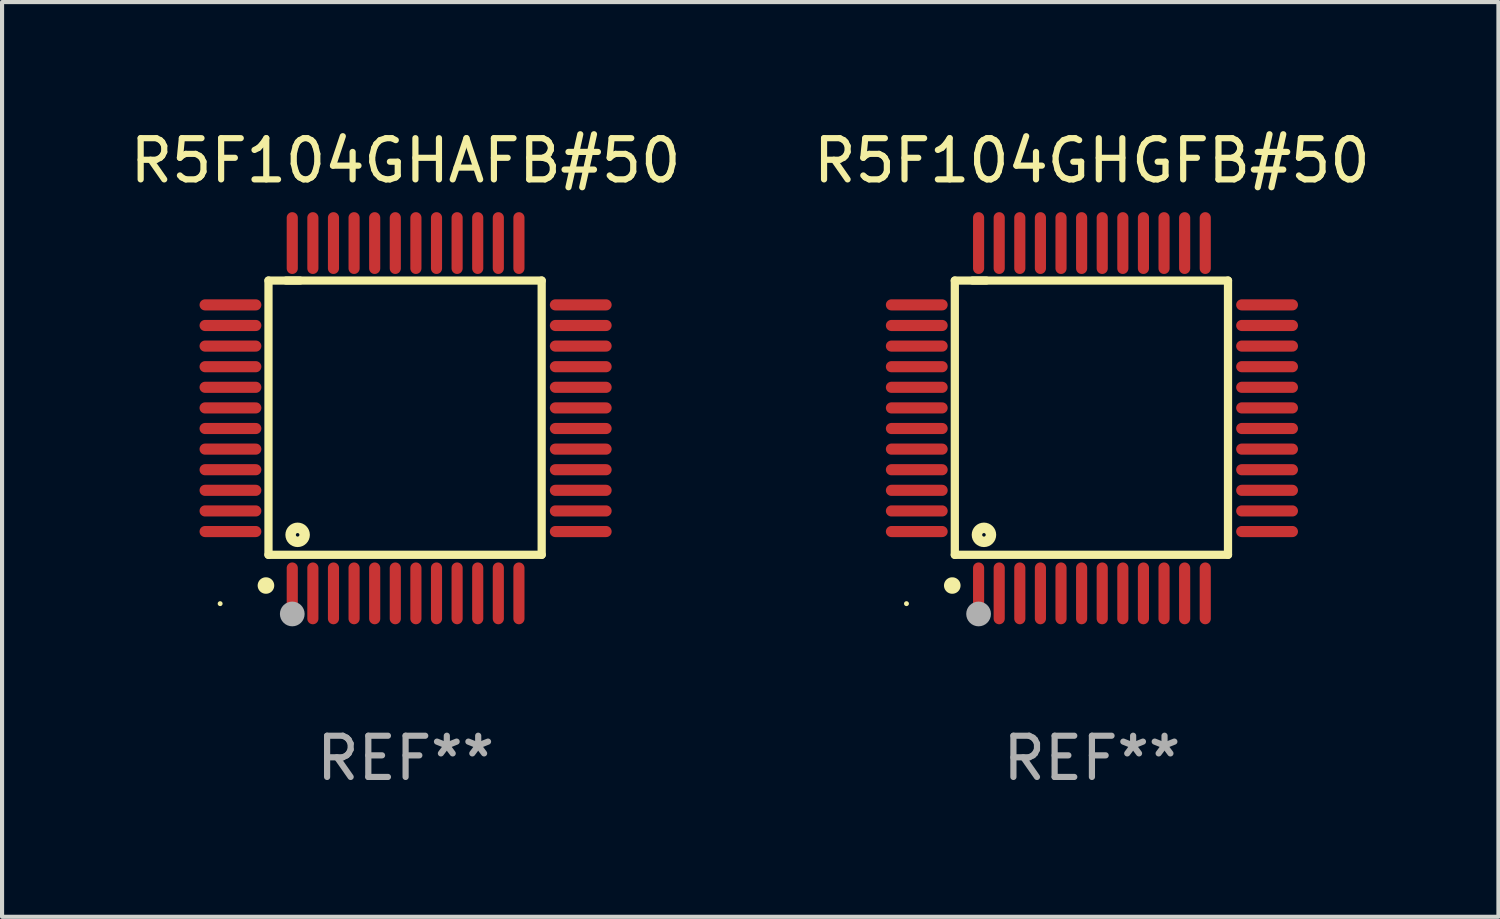
<source format=kicad_pcb>
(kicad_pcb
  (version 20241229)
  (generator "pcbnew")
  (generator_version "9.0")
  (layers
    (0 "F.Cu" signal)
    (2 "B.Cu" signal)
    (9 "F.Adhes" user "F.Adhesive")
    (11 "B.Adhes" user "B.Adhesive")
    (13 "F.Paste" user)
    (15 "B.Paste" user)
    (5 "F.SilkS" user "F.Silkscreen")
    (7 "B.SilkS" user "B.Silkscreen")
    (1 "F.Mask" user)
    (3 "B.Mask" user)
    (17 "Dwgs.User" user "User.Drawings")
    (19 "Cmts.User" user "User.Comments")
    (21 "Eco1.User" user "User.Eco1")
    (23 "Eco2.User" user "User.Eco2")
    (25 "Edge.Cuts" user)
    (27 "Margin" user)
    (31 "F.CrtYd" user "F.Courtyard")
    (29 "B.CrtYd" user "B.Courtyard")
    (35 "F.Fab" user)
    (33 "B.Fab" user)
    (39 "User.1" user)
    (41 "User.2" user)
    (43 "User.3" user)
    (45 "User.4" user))
  (footprint "R5F104GHAFB#50"
    (layer "F.Cu")
    (at 6.792 7.098)
    (property "Reference" "R5F104GHAFB#50" (at 0 -6.25 0) (layer "F.SilkS") (effects (font (size 1 1) (thickness 0.15))))
    (attr through_hole)
    (fp_line (start -3.327 -3.34) (end -2.565 -3.34) (stroke (width 0.2) (type solid)) (layer "F.SilkS"))
    (fp_line (start -3.327 3.315) (end -3.327 -3.34) (stroke (width 0.2) (type solid)) (layer "F.SilkS"))
    (fp_line (start -2.896 -3.34) (end 3.302 -3.34) (stroke (width 0.2) (type solid)) (layer "F.SilkS"))
    (fp_line (start 3.302 -3.34) (end 3.302 3.315) (stroke (width 0.2) (type solid)) (layer "F.SilkS"))
    (fp_line (start 3.302 3.315) (end -3.327 3.315) (stroke (width 0.2) (type solid)) (layer "F.SilkS"))
    (fp_arc (start -3.389992 4.059995) (mid -3.388722 4.059991) (end -3.387452 4.059995) (stroke (width 0.4) (type solid)) (layer "F.SilkS"))
    (fp_circle (center -4.5 4.5) (end -4.47 4.5) (stroke (width 0.06) (type solid)) (fill no) (layer "F.SilkS"))
    (fp_circle (center -2.62 2.83) (end -2.45 2.83) (stroke (width 0.254) (type solid)) (fill no) (layer "F.SilkS"))
    (fp_circle (center -2.75 4.75) (end -2.6 4.75) (stroke (width 0.3) (type solid)) (fill no) (layer "F.Fab"))
    (fp_text user "REF**" (at 0 8.25 0) (layer "F.Fab") (effects (font (size 1 1) (thickness 0.15))))
    (pad "1" smd oval (at -2.75 4.25) (size 0.27 1.5) (layers "F.Cu" "F.Mask" "F.Paste"))
    (pad "2" smd oval (at -2.25 4.25) (size 0.27 1.5) (layers "F.Cu" "F.Mask" "F.Paste"))
    (pad "3" smd oval (at -1.75 4.25) (size 0.27 1.5) (layers "F.Cu" "F.Mask" "F.Paste"))
    (pad "4" smd oval (at -1.25 4.25) (size 0.27 1.5) (layers "F.Cu" "F.Mask" "F.Paste"))
    (pad "5" smd oval (at -0.75 4.25) (size 0.27 1.5) (layers "F.Cu" "F.Mask" "F.Paste"))
    (pad "6" smd oval (at -0.25 4.25) (size 0.27 1.5) (layers "F.Cu" "F.Mask" "F.Paste"))
    (pad "7" smd oval (at 0.25 4.25) (size 0.27 1.5) (layers "F.Cu" "F.Mask" "F.Paste"))
    (pad "8" smd oval (at 0.75 4.25) (size 0.27 1.5) (layers "F.Cu" "F.Mask" "F.Paste"))
    (pad "9" smd oval (at 1.25 4.25) (size 0.27 1.5) (layers "F.Cu" "F.Mask" "F.Paste"))
    (pad "10" smd oval (at 1.75 4.25) (size 0.27 1.5) (layers "F.Cu" "F.Mask" "F.Paste"))
    (pad "11" smd oval (at 2.25 4.25) (size 0.27 1.5) (layers "F.Cu" "F.Mask" "F.Paste"))
    (pad "12" smd oval (at 2.75 4.25) (size 0.27 1.5) (layers "F.Cu" "F.Mask" "F.Paste"))
    (pad "13" smd oval (at 4.25 2.75) (size 1.5 0.27) (layers "F.Cu" "F.Mask" "F.Paste"))
    (pad "14" smd oval (at 4.25 2.25) (size 1.5 0.27) (layers "F.Cu" "F.Mask" "F.Paste"))
    (pad "15" smd oval (at 4.25 1.75) (size 1.5 0.27) (layers "F.Cu" "F.Mask" "F.Paste"))
    (pad "16" smd oval (at 4.25 1.25) (size 1.5 0.27) (layers "F.Cu" "F.Mask" "F.Paste"))
    (pad "17" smd oval (at 4.25 0.75) (size 1.5 0.27) (layers "F.Cu" "F.Mask" "F.Paste"))
    (pad "18" smd oval (at 4.25 0.25) (size 1.5 0.27) (layers "F.Cu" "F.Mask" "F.Paste"))
    (pad "19" smd oval (at 4.25 -0.25) (size 1.5 0.27) (layers "F.Cu" "F.Mask" "F.Paste"))
    (pad "20" smd oval (at 4.25 -0.75) (size 1.5 0.27) (layers "F.Cu" "F.Mask" "F.Paste"))
    (pad "21" smd oval (at 4.25 -1.25) (size 1.5 0.27) (layers "F.Cu" "F.Mask" "F.Paste"))
    (pad "22" smd oval (at 4.25 -1.75) (size 1.5 0.27) (layers "F.Cu" "F.Mask" "F.Paste"))
    (pad "23" smd oval (at 4.25 -2.25) (size 1.5 0.27) (layers "F.Cu" "F.Mask" "F.Paste"))
    (pad "24" smd oval (at 4.25 -2.75) (size 1.5 0.27) (layers "F.Cu" "F.Mask" "F.Paste"))
    (pad "25" smd oval (at 2.75 -4.25) (size 0.27 1.5) (layers "F.Cu" "F.Mask" "F.Paste"))
    (pad "26" smd oval (at 2.25 -4.25) (size 0.27 1.5) (layers "F.Cu" "F.Mask" "F.Paste"))
    (pad "27" smd oval (at 1.75 -4.25) (size 0.27 1.5) (layers "F.Cu" "F.Mask" "F.Paste"))
    (pad "28" smd oval (at 1.25 -4.25) (size 0.27 1.5) (layers "F.Cu" "F.Mask" "F.Paste"))
    (pad "29" smd oval (at 0.75 -4.25) (size 0.27 1.5) (layers "F.Cu" "F.Mask" "F.Paste"))
    (pad "30" smd oval (at 0.25 -4.25) (size 0.27 1.5) (layers "F.Cu" "F.Mask" "F.Paste"))
    (pad "31" smd oval (at -0.25 -4.25) (size 0.27 1.5) (layers "F.Cu" "F.Mask" "F.Paste"))
    (pad "32" smd oval (at -0.75 -4.25) (size 0.27 1.5) (layers "F.Cu" "F.Mask" "F.Paste"))
    (pad "33" smd oval (at -1.25 -4.25) (size 0.27 1.5) (layers "F.Cu" "F.Mask" "F.Paste"))
    (pad "34" smd oval (at -1.75 -4.25) (size 0.27 1.5) (layers "F.Cu" "F.Mask" "F.Paste"))
    (pad "35" smd oval (at -2.25 -4.25) (size 0.27 1.5) (layers "F.Cu" "F.Mask" "F.Paste"))
    (pad "36" smd oval (at -2.75 -4.25) (size 0.27 1.5) (layers "F.Cu" "F.Mask" "F.Paste"))
    (pad "37" smd oval (at -4.25 -2.75) (size 1.5 0.27) (layers "F.Cu" "F.Mask" "F.Paste"))
    (pad "38" smd oval (at -4.25 -2.25) (size 1.5 0.27) (layers "F.Cu" "F.Mask" "F.Paste"))
    (pad "39" smd oval (at -4.25 -1.75) (size 1.5 0.27) (layers "F.Cu" "F.Mask" "F.Paste"))
    (pad "40" smd oval (at -4.25 -1.25) (size 1.5 0.27) (layers "F.Cu" "F.Mask" "F.Paste"))
    (pad "41" smd oval (at -4.25 -0.75) (size 1.5 0.27) (layers "F.Cu" "F.Mask" "F.Paste"))
    (pad "42" smd oval (at -4.25 -0.25) (size 1.5 0.27) (layers "F.Cu" "F.Mask" "F.Paste"))
    (pad "43" smd oval (at -4.25 0.25) (size 1.5 0.27) (layers "F.Cu" "F.Mask" "F.Paste"))
    (pad "44" smd oval (at -4.25 0.75) (size 1.5 0.27) (layers "F.Cu" "F.Mask" "F.Paste"))
    (pad "45" smd oval (at -4.25 1.25) (size 1.5 0.27) (layers "F.Cu" "F.Mask" "F.Paste"))
    (pad "46" smd oval (at -4.25 1.75) (size 1.5 0.27) (layers "F.Cu" "F.Mask" "F.Paste"))
    (pad "47" smd oval (at -4.25 2.25) (size 1.5 0.27) (layers "F.Cu" "F.Mask" "F.Paste"))
    (pad "48" smd oval (at -4.25 2.75) (size 1.5 0.27) (layers "F.Cu" "F.Mask" "F.Paste")))
  (footprint "R5F104GHGFB#50"
    (layer "F.Cu")
    (at 23.446 7.098)
    (property "Reference" "R5F104GHGFB#50" (at 0 -6.25 0) (layer "F.SilkS") (effects (font (size 1 1) (thickness 0.15))))
    (attr through_hole)
    (fp_line (start -3.327 -3.34) (end -2.565 -3.34) (stroke (width 0.2) (type solid)) (layer "F.SilkS"))
    (fp_line (start -3.327 3.315) (end -3.327 -3.34) (stroke (width 0.2) (type solid)) (layer "F.SilkS"))
    (fp_line (start -2.896 -3.34) (end 3.302 -3.34) (stroke (width 0.2) (type solid)) (layer "F.SilkS"))
    (fp_line (start 3.302 -3.34) (end 3.302 3.315) (stroke (width 0.2) (type solid)) (layer "F.SilkS"))
    (fp_line (start 3.302 3.315) (end -3.327 3.315) (stroke (width 0.2) (type solid)) (layer "F.SilkS"))
    (fp_arc (start -3.389992 4.059995) (mid -3.388722 4.059991) (end -3.387452 4.059995) (stroke (width 0.4) (type solid)) (layer "F.SilkS"))
    (fp_circle (center -4.5 4.5) (end -4.47 4.5) (stroke (width 0.06) (type solid)) (fill no) (layer "F.SilkS"))
    (fp_circle (center -2.62 2.83) (end -2.45 2.83) (stroke (width 0.254) (type solid)) (fill no) (layer "F.SilkS"))
    (fp_circle (center -2.75 4.75) (end -2.6 4.75) (stroke (width 0.3) (type solid)) (fill no) (layer "F.Fab"))
    (fp_text user "REF**" (at 0 8.25 0) (layer "F.Fab") (effects (font (size 1 1) (thickness 0.15))))
    (pad "1" smd oval (at -2.75 4.25) (size 0.27 1.5) (layers "F.Cu" "F.Mask" "F.Paste"))
    (pad "2" smd oval (at -2.25 4.25) (size 0.27 1.5) (layers "F.Cu" "F.Mask" "F.Paste"))
    (pad "3" smd oval (at -1.75 4.25) (size 0.27 1.5) (layers "F.Cu" "F.Mask" "F.Paste"))
    (pad "4" smd oval (at -1.25 4.25) (size 0.27 1.5) (layers "F.Cu" "F.Mask" "F.Paste"))
    (pad "5" smd oval (at -0.75 4.25) (size 0.27 1.5) (layers "F.Cu" "F.Mask" "F.Paste"))
    (pad "6" smd oval (at -0.25 4.25) (size 0.27 1.5) (layers "F.Cu" "F.Mask" "F.Paste"))
    (pad "7" smd oval (at 0.25 4.25) (size 0.27 1.5) (layers "F.Cu" "F.Mask" "F.Paste"))
    (pad "8" smd oval (at 0.75 4.25) (size 0.27 1.5) (layers "F.Cu" "F.Mask" "F.Paste"))
    (pad "9" smd oval (at 1.25 4.25) (size 0.27 1.5) (layers "F.Cu" "F.Mask" "F.Paste"))
    (pad "10" smd oval (at 1.75 4.25) (size 0.27 1.5) (layers "F.Cu" "F.Mask" "F.Paste"))
    (pad "11" smd oval (at 2.25 4.25) (size 0.27 1.5) (layers "F.Cu" "F.Mask" "F.Paste"))
    (pad "12" smd oval (at 2.75 4.25) (size 0.27 1.5) (layers "F.Cu" "F.Mask" "F.Paste"))
    (pad "13" smd oval (at 4.25 2.75) (size 1.5 0.27) (layers "F.Cu" "F.Mask" "F.Paste"))
    (pad "14" smd oval (at 4.25 2.25) (size 1.5 0.27) (layers "F.Cu" "F.Mask" "F.Paste"))
    (pad "15" smd oval (at 4.25 1.75) (size 1.5 0.27) (layers "F.Cu" "F.Mask" "F.Paste"))
    (pad "16" smd oval (at 4.25 1.25) (size 1.5 0.27) (layers "F.Cu" "F.Mask" "F.Paste"))
    (pad "17" smd oval (at 4.25 0.75) (size 1.5 0.27) (layers "F.Cu" "F.Mask" "F.Paste"))
    (pad "18" smd oval (at 4.25 0.25) (size 1.5 0.27) (layers "F.Cu" "F.Mask" "F.Paste"))
    (pad "19" smd oval (at 4.25 -0.25) (size 1.5 0.27) (layers "F.Cu" "F.Mask" "F.Paste"))
    (pad "20" smd oval (at 4.25 -0.75) (size 1.5 0.27) (layers "F.Cu" "F.Mask" "F.Paste"))
    (pad "21" smd oval (at 4.25 -1.25) (size 1.5 0.27) (layers "F.Cu" "F.Mask" "F.Paste"))
    (pad "22" smd oval (at 4.25 -1.75) (size 1.5 0.27) (layers "F.Cu" "F.Mask" "F.Paste"))
    (pad "23" smd oval (at 4.25 -2.25) (size 1.5 0.27) (layers "F.Cu" "F.Mask" "F.Paste"))
    (pad "24" smd oval (at 4.25 -2.75) (size 1.5 0.27) (layers "F.Cu" "F.Mask" "F.Paste"))
    (pad "25" smd oval (at 2.75 -4.25) (size 0.27 1.5) (layers "F.Cu" "F.Mask" "F.Paste"))
    (pad "26" smd oval (at 2.25 -4.25) (size 0.27 1.5) (layers "F.Cu" "F.Mask" "F.Paste"))
    (pad "27" smd oval (at 1.75 -4.25) (size 0.27 1.5) (layers "F.Cu" "F.Mask" "F.Paste"))
    (pad "28" smd oval (at 1.25 -4.25) (size 0.27 1.5) (layers "F.Cu" "F.Mask" "F.Paste"))
    (pad "29" smd oval (at 0.75 -4.25) (size 0.27 1.5) (layers "F.Cu" "F.Mask" "F.Paste"))
    (pad "30" smd oval (at 0.25 -4.25) (size 0.27 1.5) (layers "F.Cu" "F.Mask" "F.Paste"))
    (pad "31" smd oval (at -0.25 -4.25) (size 0.27 1.5) (layers "F.Cu" "F.Mask" "F.Paste"))
    (pad "32" smd oval (at -0.75 -4.25) (size 0.27 1.5) (layers "F.Cu" "F.Mask" "F.Paste"))
    (pad "33" smd oval (at -1.25 -4.25) (size 0.27 1.5) (layers "F.Cu" "F.Mask" "F.Paste"))
    (pad "34" smd oval (at -1.75 -4.25) (size 0.27 1.5) (layers "F.Cu" "F.Mask" "F.Paste"))
    (pad "35" smd oval (at -2.25 -4.25) (size 0.27 1.5) (layers "F.Cu" "F.Mask" "F.Paste"))
    (pad "36" smd oval (at -2.75 -4.25) (size 0.27 1.5) (layers "F.Cu" "F.Mask" "F.Paste"))
    (pad "37" smd oval (at -4.25 -2.75) (size 1.5 0.27) (layers "F.Cu" "F.Mask" "F.Paste"))
    (pad "38" smd oval (at -4.25 -2.25) (size 1.5 0.27) (layers "F.Cu" "F.Mask" "F.Paste"))
    (pad "39" smd oval (at -4.25 -1.75) (size 1.5 0.27) (layers "F.Cu" "F.Mask" "F.Paste"))
    (pad "40" smd oval (at -4.25 -1.25) (size 1.5 0.27) (layers "F.Cu" "F.Mask" "F.Paste"))
    (pad "41" smd oval (at -4.25 -0.75) (size 1.5 0.27) (layers "F.Cu" "F.Mask" "F.Paste"))
    (pad "42" smd oval (at -4.25 -0.25) (size 1.5 0.27) (layers "F.Cu" "F.Mask" "F.Paste"))
    (pad "43" smd oval (at -4.25 0.25) (size 1.5 0.27) (layers "F.Cu" "F.Mask" "F.Paste"))
    (pad "44" smd oval (at -4.25 0.75) (size 1.5 0.27) (layers "F.Cu" "F.Mask" "F.Paste"))
    (pad "45" smd oval (at -4.25 1.25) (size 1.5 0.27) (layers "F.Cu" "F.Mask" "F.Paste"))
    (pad "46" smd oval (at -4.25 1.75) (size 1.5 0.27) (layers "F.Cu" "F.Mask" "F.Paste"))
    (pad "47" smd oval (at -4.25 2.25) (size 1.5 0.27) (layers "F.Cu" "F.Mask" "F.Paste"))
    (pad "48" smd oval (at -4.25 2.75) (size 1.5 0.27) (layers "F.Cu" "F.Mask" "F.Paste")))
  (gr_rect
    (start -3 -3)
    (end 33.31 19.196)
    (stroke (width 0.1) (type default))
    (fill no)
    (layer "Edge.Cuts")))
</source>
